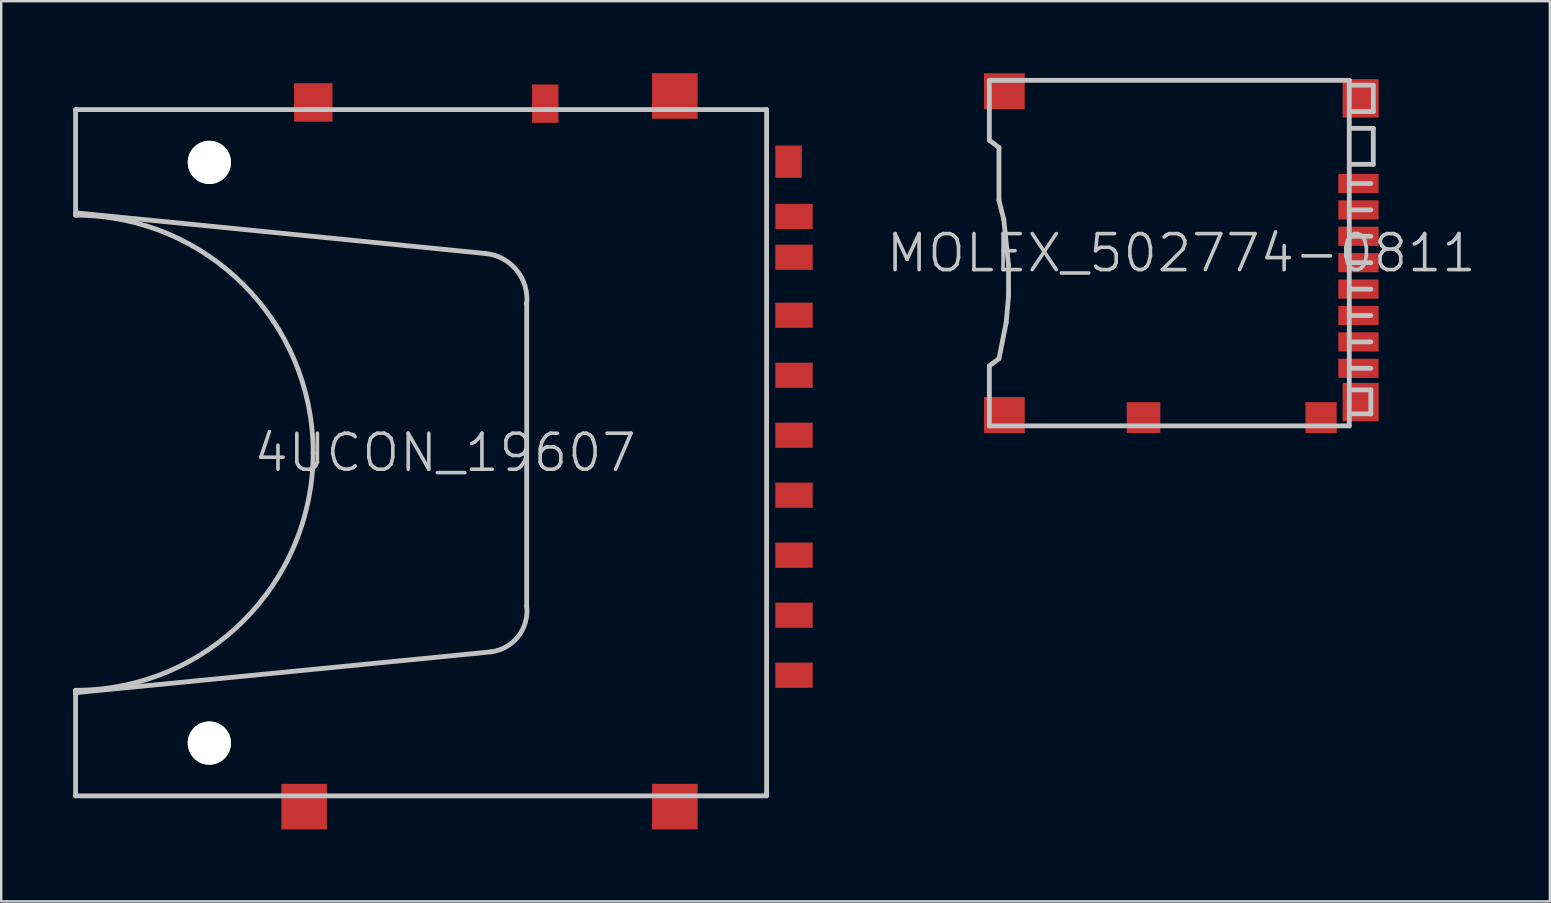
<source format=kicad_pcb>
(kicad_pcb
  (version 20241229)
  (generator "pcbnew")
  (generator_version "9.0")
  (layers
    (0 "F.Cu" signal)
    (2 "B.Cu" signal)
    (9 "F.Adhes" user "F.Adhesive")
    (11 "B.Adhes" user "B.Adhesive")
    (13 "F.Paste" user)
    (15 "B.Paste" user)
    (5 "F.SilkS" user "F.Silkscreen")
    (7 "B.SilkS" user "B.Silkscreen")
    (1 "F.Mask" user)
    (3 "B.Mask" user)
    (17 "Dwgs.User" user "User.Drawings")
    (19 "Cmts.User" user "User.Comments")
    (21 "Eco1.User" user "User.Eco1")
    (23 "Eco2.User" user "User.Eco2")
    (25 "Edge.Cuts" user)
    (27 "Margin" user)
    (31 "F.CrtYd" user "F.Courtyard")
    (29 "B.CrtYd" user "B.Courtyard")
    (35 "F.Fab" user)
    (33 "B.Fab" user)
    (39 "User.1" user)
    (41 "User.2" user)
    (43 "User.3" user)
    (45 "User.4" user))
  (footprint "MOLEX_502774-0811"
    (layer "F.Cu")
    (at 46.185 7.499)
    (property "Reference" "MOLEX_502774-0811" (at 0 0 180) (layer "Dwgs.User") (effects (font (size 1.5 1.5) (thickness 0.15))))
    (attr smd)
    (fp_line (start -8.001 -4.699) (end -8.001 -7.201) (stroke (width 0.2) (type solid)) (layer "Dwgs.User"))
    (fp_line (start -8.001 4.699) (end -8.001 7.201) (stroke (width 0.2) (type solid)) (layer "Dwgs.User"))
    (fp_line (start -8.001 4.699) (end -7.6 4.399) (stroke (width 0.2) (type solid)) (layer "Dwgs.User"))
    (fp_line (start -8.001 7.201) (end 7 7.201) (stroke (width 0.2) (type solid)) (layer "Dwgs.User"))
    (fp_line (start -7.6 -4.402) (end -8.001 -4.702) (stroke (width 0.2) (type solid)) (layer "Dwgs.User"))
    (fp_line (start -7.6 -2.2) (end -7.6 -4.399) (stroke (width 0.2) (type solid)) (layer "Dwgs.User"))
    (fp_line (start -7.6 -2.2) (end -7.399 -1.4) (stroke (width 0.2) (type solid)) (layer "Dwgs.User"))
    (fp_line (start -7.399 -1.4) (end -7.201 0.5) (stroke (width 0.2) (type solid)) (layer "Dwgs.User"))
    (fp_line (start -7.3 2.901) (end -7.6 4.399) (stroke (width 0.2) (type solid)) (layer "Dwgs.User"))
    (fp_line (start -7.201 0.5) (end -7.201 1.801) (stroke (width 0.2) (type solid)) (layer "Dwgs.User"))
    (fp_line (start -7.201 1.801) (end -7.3 2.901) (stroke (width 0.2) (type solid)) (layer "Dwgs.User"))
    (fp_line (start 7 -7.201) (end -8.001 -7.201) (stroke (width 0.2) (type solid)) (layer "Dwgs.User"))
    (fp_line (start 7 -7) (end 8.001 -7) (stroke (width 0.2) (type solid)) (layer "Dwgs.User"))
    (fp_line (start 7 -3.701) (end 8.001 -3.701) (stroke (width 0.2) (type solid)) (layer "Dwgs.User"))
    (fp_line (start 7 -2.901) (end 7.899 -2.901) (stroke (width 0.2) (type solid)) (layer "Dwgs.User"))
    (fp_line (start 7 5.7) (end 7.899 5.7) (stroke (width 0.2) (type solid)) (layer "Dwgs.User"))
    (fp_line (start 7 7.201) (end 7 -7.201) (stroke (width 0.2) (type solid)) (layer "Dwgs.User"))
    (fp_line (start 7.899 -1.801) (end 7 -1.801) (stroke (width 0.2) (type solid)) (layer "Dwgs.User"))
    (fp_line (start 7.899 -0.701) (end 7.099 -0.701) (stroke (width 0.2) (type solid)) (layer "Dwgs.User"))
    (fp_line (start 7.899 0.399) (end 7 0.399) (stroke (width 0.2) (type solid)) (layer "Dwgs.User"))
    (fp_line (start 7.899 1.501) (end 7 1.501) (stroke (width 0.2) (type solid)) (layer "Dwgs.User"))
    (fp_line (start 7.899 2.601) (end 7 2.601) (stroke (width 0.2) (type solid)) (layer "Dwgs.User"))
    (fp_line (start 7.899 3.701) (end 7 3.701) (stroke (width 0.2) (type solid)) (layer "Dwgs.User"))
    (fp_line (start 7.899 4.801) (end 7 4.801) (stroke (width 0.2) (type solid)) (layer "Dwgs.User"))
    (fp_line (start 7.899 5.7) (end 7.899 6.701) (stroke (width 0.2) (type solid)) (layer "Dwgs.User"))
    (fp_line (start 7.899 6.701) (end 7 6.701) (stroke (width 0.2) (type solid)) (layer "Dwgs.User"))
    (fp_line (start 8.001 -5.9) (end 7 -5.9) (stroke (width 0.2) (type solid)) (layer "Dwgs.User"))
    (fp_line (start 8.001 -5.9) (end 8.001 -7) (stroke (width 0.2) (type solid)) (layer "Dwgs.User"))
    (fp_line (start 8.001 -5.199) (end 7 -5.199) (stroke (width 0.2) (type solid)) (layer "Dwgs.User"))
    (fp_line (start 8.001 -3.701) (end 8.001 -5.199) (stroke (width 0.2) (type solid)) (layer "Dwgs.User"))
    (pad "" smd rect (at -7.376 -6.749 270) (size 1.5 1.7) (layers "F.Cu" "F.Mask" "F.Paste"))
    (pad "" smd rect (at -7.376 6.749 270) (size 1.5 1.7) (layers "F.Cu" "F.Mask" "F.Paste"))
    (pad "" smd rect (at 7.475 -6.449 270) (size 1.6 1.5) (layers "F.Cu" "F.Mask" "F.Paste"))
    (pad "" smd rect (at 7.475 6.21 270) (size 1.6 1.5) (layers "F.Cu" "F.Mask" "F.Paste"))
    (pad "1" smd rect (at 7.384 -2.901 270) (size 0.8 1.68) (layers "F.Cu" "F.Mask" "F.Paste"))
    (pad "2" smd rect (at 7.384 -1.801 270) (size 0.8 1.68) (layers "F.Cu" "F.Mask" "F.Paste"))
    (pad "3" smd rect (at 7.384 -0.701 270) (size 0.8 1.68) (layers "F.Cu" "F.Mask" "F.Paste"))
    (pad "4" smd rect (at 7.384 0.399 270) (size 0.8 1.68) (layers "F.Cu" "F.Mask" "F.Paste"))
    (pad "5" smd rect (at 7.384 1.501 270) (size 0.8 1.68) (layers "F.Cu" "F.Mask" "F.Paste"))
    (pad "6" smd rect (at 7.384 2.601 270) (size 0.8 1.68) (layers "F.Cu" "F.Mask" "F.Paste"))
    (pad "7" smd rect (at 7.384 3.701 270) (size 0.8 1.68) (layers "F.Cu" "F.Mask" "F.Paste"))
    (pad "8" smd rect (at 7.384 4.801 270) (size 0.8 1.68) (layers "F.Cu" "F.Mask" "F.Paste"))
    (pad "CD1" smd rect (at -1.575 6.855 270) (size 1.29 1.4) (layers "F.Cu" "F.Mask" "F.Paste"))
    (pad "CD2" smd rect (at 5.824 6.855 270) (size 1.29 1.3) (layers "F.Cu" "F.Mask" "F.Paste")))
  (footprint "4UCON_19607"
    (layer "F.Cu")
    (at 15.5 15.819)
    (property "Reference" "4UCON_19607" (at 0 0 180) (layer "Dwgs.User") (effects (font (size 1.5 1.5) (thickness 0.15))))
    (attr smd)
    (fp_line (start -15.4 -14.3) (end 13.401 -14.3) (stroke (width 0.2) (type solid)) (layer "Dwgs.User"))
    (fp_line (start -15.4 -9.901) (end -15.4 -14.3) (stroke (width 0.2) (type solid)) (layer "Dwgs.User"))
    (fp_line (start -15.4 14.3) (end -15.4 9.901) (stroke (width 0.2) (type solid)) (layer "Dwgs.User"))
    (fp_line (start 1.699 -8.301) (end -15.4 -10) (stroke (width 0.2) (type solid)) (layer "Dwgs.User"))
    (fp_line (start 1.9 8.301) (end -15.4 10) (stroke (width 0.2) (type solid)) (layer "Dwgs.User"))
    (fp_line (start 3.401 6.401) (end 3.401 -6.2) (stroke (width 0.2) (type solid)) (layer "Dwgs.User"))
    (fp_line (start 13.401 -14.3) (end 13.401 14.3) (stroke (width 0.2) (type solid)) (layer "Dwgs.User"))
    (fp_line (start 13.401 14.3) (end -15.4 14.3) (stroke (width 0.2) (type solid)) (layer "Dwgs.User"))
    (fp_arc (start -15.40002 -9.90092) (mid -8.399012 -7.001008) (end -5.4991 0) (stroke (width 0.2) (type solid)) (layer "Dwgs.User"))
    (fp_arc (start -5.4991 0) (mid -8.399012 7.001008) (end -15.40002 9.90092) (stroke (width 0.2) (type solid)) (layer "Dwgs.User"))
    (fp_arc (start 1.69926 -8.30072) (mid 2.984678 -7.604154) (end 3.40106 -6.20268) (stroke (width 0.2) (type solid)) (layer "Dwgs.User"))
    (fp_arc (start 3.40106 6.4008) (mid 3.042706 7.662182) (end 1.89738 8.30072) (stroke (width 0.2) (type solid)) (layer "Dwgs.User"))
    (pad "" np_thru_hole circle (at -9.825 -12.101 270) (size 1.8 1.8) (drill 1.8) (layers "*.Cu" "*.Mask" "F.SilkS"))
    (pad "" np_thru_hole circle (at -9.825 12.101 270) (size 1.8 1.8) (drill 1.8) (layers "*.Cu" "*.Mask" "F.SilkS"))
    (pad "" smd rect (at -5.875 14.75 270) (size 1.9 1.9) (layers "F.Cu" "F.Mask" "F.Paste"))
    (pad "" smd rect (at 9.576 -14.869 270) (size 1.9 1.9) (layers "F.Cu" "F.Mask" "F.Paste"))
    (pad "" smd rect (at 9.576 14.75 270) (size 1.9 1.9) (layers "F.Cu" "F.Mask" "F.Paste"))
    (pad "1" smd rect (at 14.544 6.772 270) (size 1.05 1.56) (layers "F.Cu" "F.Mask" "F.Paste"))
    (pad "2" smd rect (at 14.544 4.27 270) (size 1.05 1.56) (layers "F.Cu" "F.Mask" "F.Paste"))
    (pad "3" smd rect (at 14.544 1.77 270) (size 1.05 1.56) (layers "F.Cu" "F.Mask" "F.Paste"))
    (pad "4" smd rect (at 14.544 -0.729 270) (size 1.05 1.56) (layers "F.Cu" "F.Mask" "F.Paste"))
    (pad "5" smd rect (at 14.544 -3.228 270) (size 1.05 1.56) (layers "F.Cu" "F.Mask" "F.Paste"))
    (pad "6" smd rect (at 14.544 -5.73 270) (size 1.05 1.56) (layers "F.Cu" "F.Mask" "F.Paste"))
    (pad "7" smd rect (at 14.544 -8.148 270) (size 1.05 1.56) (layers "F.Cu" "F.Mask" "F.Paste"))
    (pad "8" smd rect (at 14.544 -9.85 270) (size 1.05 1.56) (layers "F.Cu" "F.Mask" "F.Paste"))
    (pad "9" smd rect (at 14.544 9.271 270) (size 1.05 1.56) (layers "F.Cu" "F.Mask" "F.Paste"))
    (pad "CD" smd rect (at 14.315 -12.129 270) (size 1.35 1.1) (layers "F.Cu" "F.Mask" "F.Paste"))
    (pad "COM" smd rect (at 4.176 -14.549 270) (size 1.6 1.1) (layers "F.Cu" "F.Mask" "F.Paste"))
    (pad "WP" smd rect (at -5.494 -14.6 270) (size 1.6 1.6) (layers "F.Cu" "F.Mask" "F.Paste")))
  (gr_rect
    (start -3 -3)
    (end 61.545 34.519)
    (stroke (width 0.1) (type default))
    (fill no)
    (layer "Edge.Cuts")))
</source>
